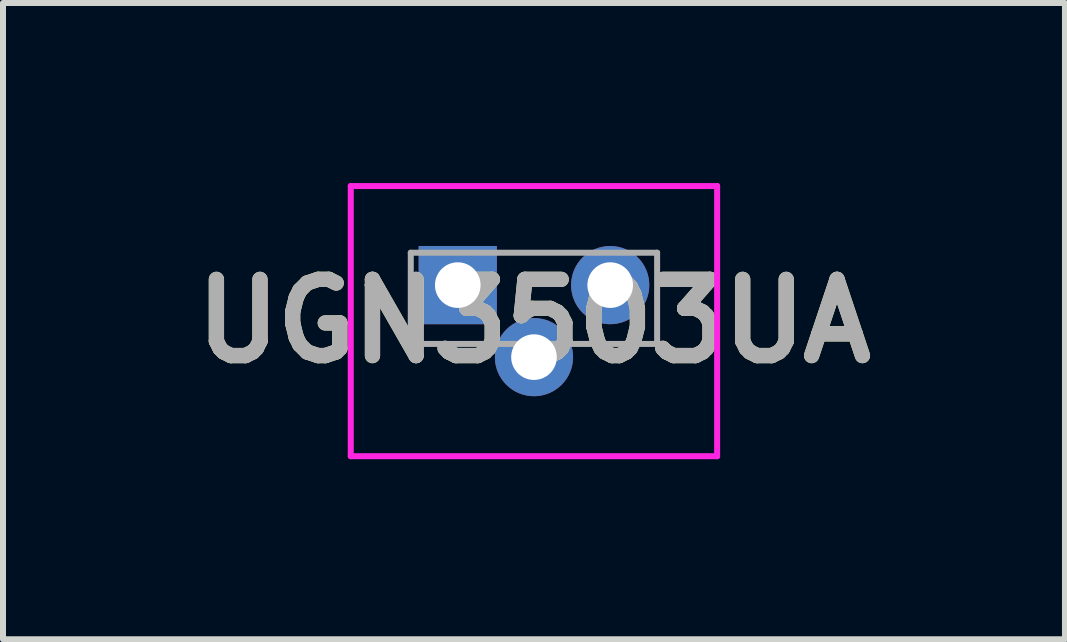
<source format=kicad_pcb>
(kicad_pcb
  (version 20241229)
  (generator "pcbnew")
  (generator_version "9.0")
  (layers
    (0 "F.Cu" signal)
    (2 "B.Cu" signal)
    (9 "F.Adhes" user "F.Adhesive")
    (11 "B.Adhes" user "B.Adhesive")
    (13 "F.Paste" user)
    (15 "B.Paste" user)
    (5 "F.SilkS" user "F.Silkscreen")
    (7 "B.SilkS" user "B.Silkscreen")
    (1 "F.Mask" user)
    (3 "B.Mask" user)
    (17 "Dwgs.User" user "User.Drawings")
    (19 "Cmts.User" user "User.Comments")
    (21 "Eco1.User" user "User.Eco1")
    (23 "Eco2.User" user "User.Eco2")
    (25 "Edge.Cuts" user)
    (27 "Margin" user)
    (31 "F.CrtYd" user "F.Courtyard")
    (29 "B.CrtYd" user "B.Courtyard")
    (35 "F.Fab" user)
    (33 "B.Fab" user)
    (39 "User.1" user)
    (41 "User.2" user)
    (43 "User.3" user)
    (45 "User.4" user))
  (footprint "UGN3503UA"
    (layer "F.Cu")
    (at 4.578 1.701)
    (property "Reference" "UGN3503UA" (at 1.27 0.6 0) (layer "F.SilkS") (effects (font (size 1.27 1.27) (thickness 0.254))))
    (attr through_hole)
    (fp_line (start -1.5 0) (end -1.5 0) (stroke (width 0.1) (type solid)) (layer "F.SilkS"))
    (fp_line (start -1.4 0) (end -1.4 0) (stroke (width 0.1) (type solid)) (layer "F.SilkS"))
    (fp_arc (start -1.5 0) (mid -1.45 -0.05) (end -1.4 0) (stroke (width 0.1) (type solid)) (layer "F.SilkS"))
    (fp_arc (start -1.4 0) (mid -1.45 0.05) (end -1.5 0) (stroke (width 0.1) (type solid)) (layer "F.SilkS"))
    (fp_line (start -1.783 -1.651) (end 4.322 -1.651) (stroke (width 0.1) (type solid)) (layer "F.CrtYd"))
    (fp_line (start -1.783 2.851) (end -1.783 -1.651) (stroke (width 0.1) (type solid)) (layer "F.CrtYd"))
    (fp_line (start 4.322 -1.651) (end 4.322 2.851) (stroke (width 0.1) (type solid)) (layer "F.CrtYd"))
    (fp_line (start 4.322 2.851) (end -1.783 2.851) (stroke (width 0.1) (type solid)) (layer "F.CrtYd"))
    (fp_line (start -0.783 -0.54) (end -0.783 0.98) (stroke (width 0.1) (type solid)) (layer "F.Fab"))
    (fp_line (start -0.783 0.98) (end 3.322 0.98) (stroke (width 0.1) (type solid)) (layer "F.Fab"))
    (fp_line (start 3.322 -0.54) (end -0.783 -0.54) (stroke (width 0.1) (type solid)) (layer "F.Fab"))
    (fp_line (start 3.322 0.98) (end 3.322 -0.54) (stroke (width 0.1) (type solid)) (layer "F.Fab"))
    (fp_text user "${REFERENCE}" (at 1.27 0.6 0) (layer "F.Fab") (effects (font (size 1.27 1.27) (thickness 0.254))))
    (pad "1" thru_hole rect (at 0 0) (size 1.303 1.303) (drill 0.76) (layers "*.Cu" "*.Mask"))
    (pad "2" thru_hole circle (at 1.27 1.2) (size 1.303 1.303) (drill 0.76) (layers "*.Cu" "*.Mask"))
    (pad "3" thru_hole circle (at 2.54 0) (size 1.303 1.303) (drill 0.76) (layers "*.Cu" "*.Mask")))
  (gr_rect
    (start -3 -3)
    (end 14.696 7.602)
    (stroke (width 0.1) (type default))
    (fill no)
    (layer "Edge.Cuts")))
</source>
